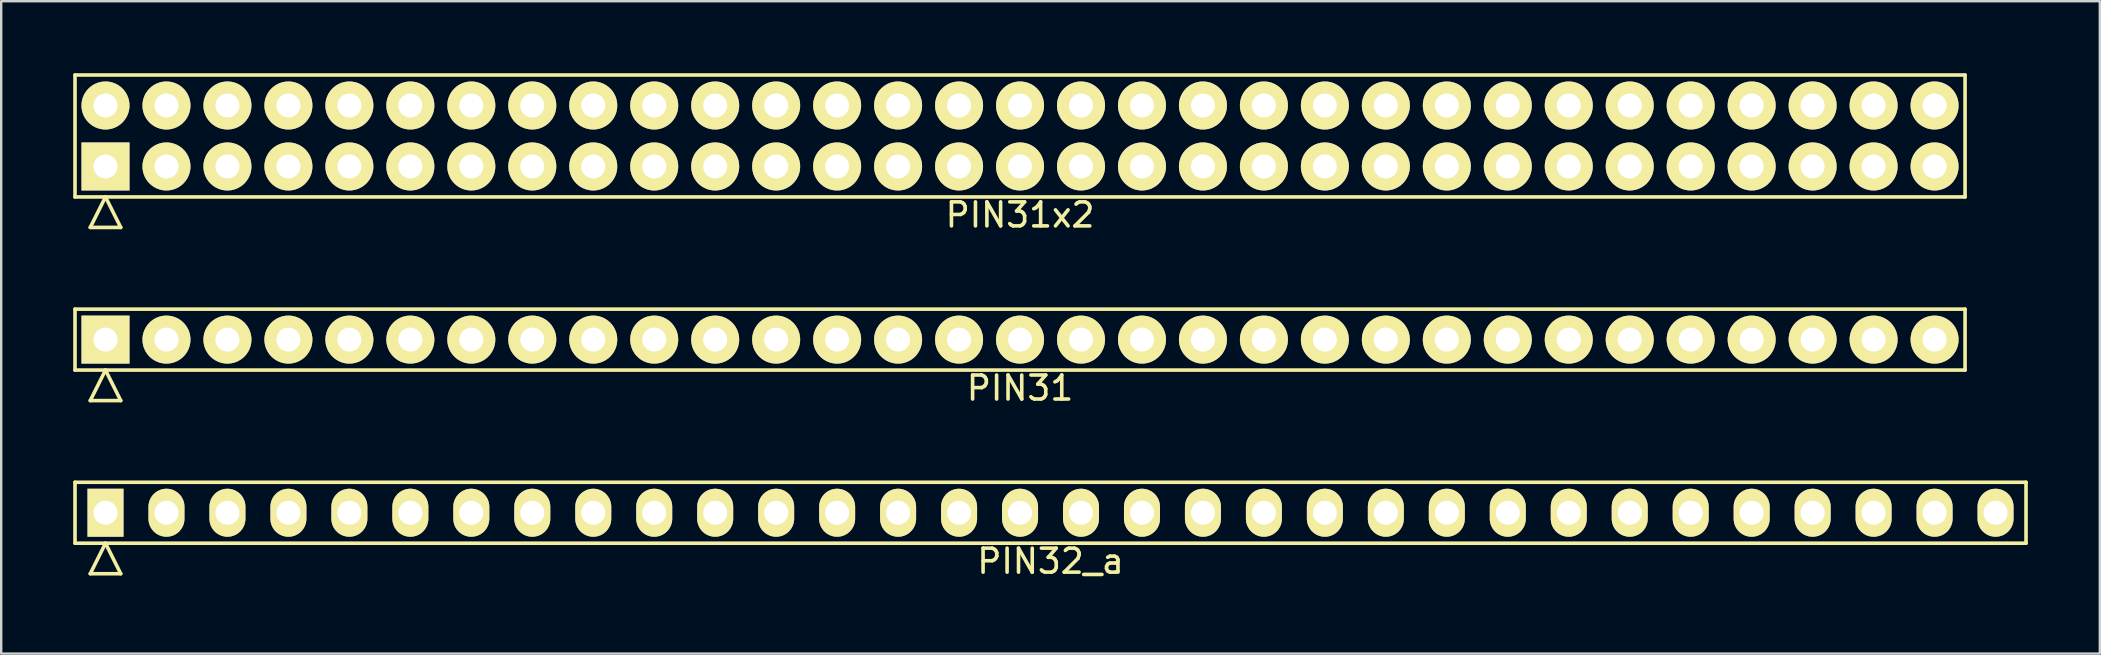
<source format=kicad_pcb>
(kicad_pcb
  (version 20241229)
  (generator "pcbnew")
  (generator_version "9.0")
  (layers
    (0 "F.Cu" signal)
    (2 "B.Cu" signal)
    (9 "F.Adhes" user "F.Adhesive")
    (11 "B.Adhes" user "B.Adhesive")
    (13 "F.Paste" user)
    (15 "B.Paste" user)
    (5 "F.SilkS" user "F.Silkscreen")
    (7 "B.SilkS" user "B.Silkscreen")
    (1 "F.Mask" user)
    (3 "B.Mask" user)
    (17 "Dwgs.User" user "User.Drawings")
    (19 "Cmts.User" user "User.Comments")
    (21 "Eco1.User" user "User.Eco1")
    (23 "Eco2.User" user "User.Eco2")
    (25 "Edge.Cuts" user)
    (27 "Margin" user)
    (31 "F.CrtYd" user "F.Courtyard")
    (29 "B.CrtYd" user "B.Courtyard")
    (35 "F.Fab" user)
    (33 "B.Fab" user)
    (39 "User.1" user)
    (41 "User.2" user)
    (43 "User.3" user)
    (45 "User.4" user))
  (footprint "PIN31"
    (layer "F.Cu")
    (at 39.445 11.098)
    (property "Reference" "PIN31" (at 0 2.02 0) (layer "F.SilkS") (effects (font (size 1 1) (thickness 0.15))))
    (attr through_hole)
    (fp_line (start -39.37 -1.27) (end -39.37 1.27) (stroke (width 0.15) (type solid)) (layer "F.SilkS"))
    (fp_line (start -39.37 1.27) (end 39.37 1.27) (stroke (width 0.15) (type solid)) (layer "F.SilkS"))
    (fp_line (start -38.735 2.54) (end -38.1 1.27) (stroke (width 0.15) (type solid)) (layer "F.SilkS"))
    (fp_line (start -38.735 2.54) (end -37.465 2.54) (stroke (width 0.15) (type solid)) (layer "F.SilkS"))
    (fp_line (start -37.465 2.54) (end -38.1 1.27) (stroke (width 0.15) (type solid)) (layer "F.SilkS"))
    (fp_line (start 39.37 -1.27) (end -39.37 -1.27) (stroke (width 0.15) (type solid)) (layer "F.SilkS"))
    (fp_line (start 39.37 1.27) (end 39.37 -1.27) (stroke (width 0.15) (type solid)) (layer "F.SilkS"))
    (pad "1" thru_hole rect (at -38.1 0) (size 2 2) (drill 1) (layers "*.Cu" "*.Mask" "F.SilkS"))
    (pad "2" thru_hole oval (at -35.56 0) (size 2 2) (drill 1) (layers "*.Cu" "*.Mask" "F.SilkS"))
    (pad "3" thru_hole oval (at -33.02 0) (size 2 2) (drill 1) (layers "*.Cu" "*.Mask" "F.SilkS"))
    (pad "4" thru_hole oval (at -30.48 0) (size 2 2) (drill 1) (layers "*.Cu" "*.Mask" "F.SilkS"))
    (pad "5" thru_hole oval (at -27.94 0) (size 2 2) (drill 1) (layers "*.Cu" "*.Mask" "F.SilkS"))
    (pad "6" thru_hole oval (at -25.4 0) (size 2 2) (drill 1) (layers "*.Cu" "*.Mask" "F.SilkS"))
    (pad "7" thru_hole oval (at -22.86 0) (size 2 2) (drill 1) (layers "*.Cu" "*.Mask" "F.SilkS"))
    (pad "8" thru_hole oval (at -20.32 0) (size 2 2) (drill 1) (layers "*.Cu" "*.Mask" "F.SilkS"))
    (pad "9" thru_hole oval (at -17.78 0) (size 2 2) (drill 1) (layers "*.Cu" "*.Mask" "F.SilkS"))
    (pad "10" thru_hole oval (at -15.24 0) (size 2 2) (drill 1) (layers "*.Cu" "*.Mask" "F.SilkS"))
    (pad "11" thru_hole oval (at -12.7 0) (size 2 2) (drill 1) (layers "*.Cu" "*.Mask" "F.SilkS"))
    (pad "12" thru_hole oval (at -10.16 0) (size 2 2) (drill 1) (layers "*.Cu" "*.Mask" "F.SilkS"))
    (pad "13" thru_hole oval (at -7.62 0) (size 2 2) (drill 1) (layers "*.Cu" "*.Mask" "F.SilkS"))
    (pad "14" thru_hole oval (at -5.08 0) (size 2 2) (drill 1) (layers "*.Cu" "*.Mask" "F.SilkS"))
    (pad "15" thru_hole oval (at -2.54 0) (size 2 2) (drill 1) (layers "*.Cu" "*.Mask" "F.SilkS"))
    (pad "16" thru_hole oval (at 0 0) (size 2 2) (drill 1) (layers "*.Cu" "*.Mask" "F.SilkS"))
    (pad "17" thru_hole oval (at 2.54 0) (size 2 2) (drill 1) (layers "*.Cu" "*.Mask" "F.SilkS"))
    (pad "18" thru_hole oval (at 5.08 0) (size 2 2) (drill 1) (layers "*.Cu" "*.Mask" "F.SilkS"))
    (pad "19" thru_hole oval (at 7.62 0) (size 2 2) (drill 1) (layers "*.Cu" "*.Mask" "F.SilkS"))
    (pad "20" thru_hole oval (at 10.16 0) (size 2 2) (drill 1) (layers "*.Cu" "*.Mask" "F.SilkS"))
    (pad "21" thru_hole oval (at 12.7 0) (size 2 2) (drill 1) (layers "*.Cu" "*.Mask" "F.SilkS"))
    (pad "22" thru_hole oval (at 15.24 0) (size 2 2) (drill 1) (layers "*.Cu" "*.Mask" "F.SilkS"))
    (pad "23" thru_hole oval (at 17.78 0) (size 2 2) (drill 1) (layers "*.Cu" "*.Mask" "F.SilkS"))
    (pad "24" thru_hole oval (at 20.32 0) (size 2 2) (drill 1) (layers "*.Cu" "*.Mask" "F.SilkS"))
    (pad "25" thru_hole oval (at 22.86 0) (size 2 2) (drill 1) (layers "*.Cu" "*.Mask" "F.SilkS"))
    (pad "26" thru_hole oval (at 25.4 0) (size 2 2) (drill 1) (layers "*.Cu" "*.Mask" "F.SilkS"))
    (pad "27" thru_hole oval (at 27.94 0) (size 2 2) (drill 1) (layers "*.Cu" "*.Mask" "F.SilkS"))
    (pad "28" thru_hole oval (at 30.48 0) (size 2 2) (drill 1) (layers "*.Cu" "*.Mask" "F.SilkS"))
    (pad "29" thru_hole oval (at 33.02 0) (size 2 2) (drill 1) (layers "*.Cu" "*.Mask" "F.SilkS"))
    (pad "30" thru_hole oval (at 35.56 0) (size 2 2) (drill 1) (layers "*.Cu" "*.Mask" "F.SilkS"))
    (pad "31" thru_hole oval (at 38.1 0) (size 2 2) (drill 1) (layers "*.Cu" "*.Mask" "F.SilkS")))
  (footprint "PIN32_a"
    (layer "F.Cu")
    (at 40.715 18.311)
    (property "Reference" "PIN32_a" (at 0 2.02 0) (layer "F.SilkS") (effects (font (size 1 1) (thickness 0.15))))
    (attr through_hole)
    (fp_line (start -40.64 -1.27) (end -40.64 1.27) (stroke (width 0.15) (type solid)) (layer "F.SilkS"))
    (fp_line (start -40.64 1.27) (end 40.64 1.27) (stroke (width 0.15) (type solid)) (layer "F.SilkS"))
    (fp_line (start -40.005 2.54) (end -39.37 1.27) (stroke (width 0.15) (type solid)) (layer "F.SilkS"))
    (fp_line (start -40.005 2.54) (end -38.735 2.54) (stroke (width 0.15) (type solid)) (layer "F.SilkS"))
    (fp_line (start -38.735 2.54) (end -39.37 1.27) (stroke (width 0.15) (type solid)) (layer "F.SilkS"))
    (fp_line (start 40.64 -1.27) (end -40.64 -1.27) (stroke (width 0.15) (type solid)) (layer "F.SilkS"))
    (fp_line (start 40.64 1.27) (end 40.64 -1.27) (stroke (width 0.15) (type solid)) (layer "F.SilkS"))
    (pad "1" thru_hole rect (at -39.37 0) (size 1.5 2) (drill 1) (layers "*.Cu" "*.Mask" "F.SilkS"))
    (pad "2" thru_hole oval (at -36.83 0) (size 1.5 2) (drill 1) (layers "*.Cu" "*.Mask" "F.SilkS"))
    (pad "3" thru_hole oval (at -34.29 0) (size 1.5 2) (drill 1) (layers "*.Cu" "*.Mask" "F.SilkS"))
    (pad "4" thru_hole oval (at -31.75 0) (size 1.5 2) (drill 1) (layers "*.Cu" "*.Mask" "F.SilkS"))
    (pad "5" thru_hole oval (at -29.21 0) (size 1.5 2) (drill 1) (layers "*.Cu" "*.Mask" "F.SilkS"))
    (pad "6" thru_hole oval (at -26.67 0) (size 1.5 2) (drill 1) (layers "*.Cu" "*.Mask" "F.SilkS"))
    (pad "7" thru_hole oval (at -24.13 0) (size 1.5 2) (drill 1) (layers "*.Cu" "*.Mask" "F.SilkS"))
    (pad "8" thru_hole oval (at -21.59 0) (size 1.5 2) (drill 1) (layers "*.Cu" "*.Mask" "F.SilkS"))
    (pad "9" thru_hole oval (at -19.05 0) (size 1.5 2) (drill 1) (layers "*.Cu" "*.Mask" "F.SilkS"))
    (pad "10" thru_hole oval (at -16.51 0) (size 1.5 2) (drill 1) (layers "*.Cu" "*.Mask" "F.SilkS"))
    (pad "11" thru_hole oval (at -13.97 0) (size 1.5 2) (drill 1) (layers "*.Cu" "*.Mask" "F.SilkS"))
    (pad "12" thru_hole oval (at -11.43 0) (size 1.5 2) (drill 1) (layers "*.Cu" "*.Mask" "F.SilkS"))
    (pad "13" thru_hole oval (at -8.89 0) (size 1.5 2) (drill 1) (layers "*.Cu" "*.Mask" "F.SilkS"))
    (pad "14" thru_hole oval (at -6.35 0) (size 1.5 2) (drill 1) (layers "*.Cu" "*.Mask" "F.SilkS"))
    (pad "15" thru_hole oval (at -3.81 0) (size 1.5 2) (drill 1) (layers "*.Cu" "*.Mask" "F.SilkS"))
    (pad "16" thru_hole oval (at -1.27 0) (size 1.5 2) (drill 1) (layers "*.Cu" "*.Mask" "F.SilkS"))
    (pad "17" thru_hole oval (at 1.27 0) (size 1.5 2) (drill 1) (layers "*.Cu" "*.Mask" "F.SilkS"))
    (pad "18" thru_hole oval (at 3.81 0) (size 1.5 2) (drill 1) (layers "*.Cu" "*.Mask" "F.SilkS"))
    (pad "19" thru_hole oval (at 6.35 0) (size 1.5 2) (drill 1) (layers "*.Cu" "*.Mask" "F.SilkS"))
    (pad "20" thru_hole oval (at 8.89 0) (size 1.5 2) (drill 1) (layers "*.Cu" "*.Mask" "F.SilkS"))
    (pad "21" thru_hole oval (at 11.43 0) (size 1.5 2) (drill 1) (layers "*.Cu" "*.Mask" "F.SilkS"))
    (pad "22" thru_hole oval (at 13.97 0) (size 1.5 2) (drill 1) (layers "*.Cu" "*.Mask" "F.SilkS"))
    (pad "23" thru_hole oval (at 16.51 0) (size 1.5 2) (drill 1) (layers "*.Cu" "*.Mask" "F.SilkS"))
    (pad "24" thru_hole oval (at 19.05 0) (size 1.5 2) (drill 1) (layers "*.Cu" "*.Mask" "F.SilkS"))
    (pad "25" thru_hole oval (at 21.59 0) (size 1.5 2) (drill 1) (layers "*.Cu" "*.Mask" "F.SilkS"))
    (pad "26" thru_hole oval (at 24.13 0) (size 1.5 2) (drill 1) (layers "*.Cu" "*.Mask" "F.SilkS"))
    (pad "27" thru_hole oval (at 26.67 0) (size 1.5 2) (drill 1) (layers "*.Cu" "*.Mask" "F.SilkS"))
    (pad "28" thru_hole oval (at 29.21 0) (size 1.5 2) (drill 1) (layers "*.Cu" "*.Mask" "F.SilkS"))
    (pad "29" thru_hole oval (at 31.75 0) (size 1.5 2) (drill 1) (layers "*.Cu" "*.Mask" "F.SilkS"))
    (pad "30" thru_hole oval (at 34.29 0) (size 1.5 2) (drill 1) (layers "*.Cu" "*.Mask" "F.SilkS"))
    (pad "31" thru_hole oval (at 36.83 0) (size 1.5 2) (drill 1) (layers "*.Cu" "*.Mask" "F.SilkS"))
    (pad "32" thru_hole oval (at 39.37 0) (size 1.5 2) (drill 1) (layers "*.Cu" "*.Mask" "F.SilkS")))
  (footprint "PIN31x2"
    (layer "F.Cu")
    (at 39.445 2.615)
    (property "Reference" "PIN31x2" (at 0 3.29 0) (layer "F.SilkS") (effects (font (size 1 1) (thickness 0.15))))
    (attr through_hole)
    (fp_line (start -39.37 -2.54) (end -39.37 2.54) (stroke (width 0.15) (type solid)) (layer "F.SilkS"))
    (fp_line (start -39.37 2.54) (end 39.37 2.54) (stroke (width 0.15) (type solid)) (layer "F.SilkS"))
    (fp_line (start -38.735 3.81) (end -38.1 2.54) (stroke (width 0.15) (type solid)) (layer "F.SilkS"))
    (fp_line (start -38.735 3.81) (end -37.465 3.81) (stroke (width 0.15) (type solid)) (layer "F.SilkS"))
    (fp_line (start -37.465 3.81) (end -38.1 2.54) (stroke (width 0.15) (type solid)) (layer "F.SilkS"))
    (fp_line (start 39.37 -2.54) (end -39.37 -2.54) (stroke (width 0.15) (type solid)) (layer "F.SilkS"))
    (fp_line (start 39.37 2.54) (end 39.37 -2.54) (stroke (width 0.15) (type solid)) (layer "F.SilkS"))
    (pad "1" thru_hole rect (at -38.1 1.27) (size 2 2) (drill 1) (layers "*.Cu" "*.Mask" "F.SilkS"))
    (pad "2" thru_hole oval (at -38.1 -1.27) (size 2 2) (drill 1) (layers "*.Cu" "*.Mask" "F.SilkS"))
    (pad "3" thru_hole oval (at -35.56 1.27) (size 2 2) (drill 1) (layers "*.Cu" "*.Mask" "F.SilkS"))
    (pad "4" thru_hole oval (at -35.56 -1.27) (size 2 2) (drill 1) (layers "*.Cu" "*.Mask" "F.SilkS"))
    (pad "5" thru_hole oval (at -33.02 1.27) (size 2 2) (drill 1) (layers "*.Cu" "*.Mask" "F.SilkS"))
    (pad "6" thru_hole oval (at -33.02 -1.27) (size 2 2) (drill 1) (layers "*.Cu" "*.Mask" "F.SilkS"))
    (pad "7" thru_hole oval (at -30.48 1.27) (size 2 2) (drill 1) (layers "*.Cu" "*.Mask" "F.SilkS"))
    (pad "8" thru_hole oval (at -30.48 -1.27) (size 2 2) (drill 1) (layers "*.Cu" "*.Mask" "F.SilkS"))
    (pad "9" thru_hole oval (at -27.94 1.27) (size 2 2) (drill 1) (layers "*.Cu" "*.Mask" "F.SilkS"))
    (pad "10" thru_hole oval (at -27.94 -1.27) (size 2 2) (drill 1) (layers "*.Cu" "*.Mask" "F.SilkS"))
    (pad "11" thru_hole oval (at -25.4 1.27) (size 2 2) (drill 1) (layers "*.Cu" "*.Mask" "F.SilkS"))
    (pad "12" thru_hole oval (at -25.4 -1.27) (size 2 2) (drill 1) (layers "*.Cu" "*.Mask" "F.SilkS"))
    (pad "13" thru_hole oval (at -22.86 1.27) (size 2 2) (drill 1) (layers "*.Cu" "*.Mask" "F.SilkS"))
    (pad "14" thru_hole oval (at -22.86 -1.27) (size 2 2) (drill 1) (layers "*.Cu" "*.Mask" "F.SilkS"))
    (pad "15" thru_hole oval (at -20.32 1.27) (size 2 2) (drill 1) (layers "*.Cu" "*.Mask" "F.SilkS"))
    (pad "16" thru_hole oval (at -20.32 -1.27) (size 2 2) (drill 1) (layers "*.Cu" "*.Mask" "F.SilkS"))
    (pad "17" thru_hole oval (at -17.78 1.27) (size 2 2) (drill 1) (layers "*.Cu" "*.Mask" "F.SilkS"))
    (pad "18" thru_hole oval (at -17.78 -1.27) (size 2 2) (drill 1) (layers "*.Cu" "*.Mask" "F.SilkS"))
    (pad "19" thru_hole oval (at -15.24 1.27) (size 2 2) (drill 1) (layers "*.Cu" "*.Mask" "F.SilkS"))
    (pad "20" thru_hole oval (at -15.24 -1.27) (size 2 2) (drill 1) (layers "*.Cu" "*.Mask" "F.SilkS"))
    (pad "21" thru_hole oval (at -12.7 1.27) (size 2 2) (drill 1) (layers "*.Cu" "*.Mask" "F.SilkS"))
    (pad "22" thru_hole oval (at -12.7 -1.27) (size 2 2) (drill 1) (layers "*.Cu" "*.Mask" "F.SilkS"))
    (pad "23" thru_hole oval (at -10.16 1.27) (size 2 2) (drill 1) (layers "*.Cu" "*.Mask" "F.SilkS"))
    (pad "24" thru_hole oval (at -10.16 -1.27) (size 2 2) (drill 1) (layers "*.Cu" "*.Mask" "F.SilkS"))
    (pad "25" thru_hole oval (at -7.62 1.27) (size 2 2) (drill 1) (layers "*.Cu" "*.Mask" "F.SilkS"))
    (pad "26" thru_hole oval (at -7.62 -1.27) (size 2 2) (drill 1) (layers "*.Cu" "*.Mask" "F.SilkS"))
    (pad "27" thru_hole oval (at -5.08 1.27) (size 2 2) (drill 1) (layers "*.Cu" "*.Mask" "F.SilkS"))
    (pad "28" thru_hole oval (at -5.08 -1.27) (size 2 2) (drill 1) (layers "*.Cu" "*.Mask" "F.SilkS"))
    (pad "29" thru_hole oval (at -2.54 1.27) (size 2 2) (drill 1) (layers "*.Cu" "*.Mask" "F.SilkS"))
    (pad "30" thru_hole oval (at -2.54 -1.27) (size 2 2) (drill 1) (layers "*.Cu" "*.Mask" "F.SilkS"))
    (pad "31" thru_hole oval (at 0 1.27) (size 2 2) (drill 1) (layers "*.Cu" "*.Mask" "F.SilkS"))
    (pad "32" thru_hole oval (at 0 -1.27) (size 2 2) (drill 1) (layers "*.Cu" "*.Mask" "F.SilkS"))
    (pad "33" thru_hole oval (at 2.54 1.27) (size 2 2) (drill 1) (layers "*.Cu" "*.Mask" "F.SilkS"))
    (pad "34" thru_hole oval (at 2.54 -1.27) (size 2 2) (drill 1) (layers "*.Cu" "*.Mask" "F.SilkS"))
    (pad "35" thru_hole oval (at 5.08 1.27) (size 2 2) (drill 1) (layers "*.Cu" "*.Mask" "F.SilkS"))
    (pad "36" thru_hole oval (at 5.08 -1.27) (size 2 2) (drill 1) (layers "*.Cu" "*.Mask" "F.SilkS"))
    (pad "37" thru_hole oval (at 7.62 1.27) (size 2 2) (drill 1) (layers "*.Cu" "*.Mask" "F.SilkS"))
    (pad "38" thru_hole oval (at 7.62 -1.27) (size 2 2) (drill 1) (layers "*.Cu" "*.Mask" "F.SilkS"))
    (pad "39" thru_hole oval (at 10.16 1.27) (size 2 2) (drill 1) (layers "*.Cu" "*.Mask" "F.SilkS"))
    (pad "40" thru_hole oval (at 10.16 -1.27) (size 2 2) (drill 1) (layers "*.Cu" "*.Mask" "F.SilkS"))
    (pad "41" thru_hole oval (at 12.7 1.27) (size 2 2) (drill 1) (layers "*.Cu" "*.Mask" "F.SilkS"))
    (pad "42" thru_hole oval (at 12.7 -1.27) (size 2 2) (drill 1) (layers "*.Cu" "*.Mask" "F.SilkS"))
    (pad "43" thru_hole oval (at 15.24 1.27) (size 2 2) (drill 1) (layers "*.Cu" "*.Mask" "F.SilkS"))
    (pad "44" thru_hole oval (at 15.24 -1.27) (size 2 2) (drill 1) (layers "*.Cu" "*.Mask" "F.SilkS"))
    (pad "45" thru_hole oval (at 17.78 1.27) (size 2 2) (drill 1) (layers "*.Cu" "*.Mask" "F.SilkS"))
    (pad "46" thru_hole oval (at 17.78 -1.27) (size 2 2) (drill 1) (layers "*.Cu" "*.Mask" "F.SilkS"))
    (pad "47" thru_hole oval (at 20.32 1.27) (size 2 2) (drill 1) (layers "*.Cu" "*.Mask" "F.SilkS"))
    (pad "48" thru_hole oval (at 20.32 -1.27) (size 2 2) (drill 1) (layers "*.Cu" "*.Mask" "F.SilkS"))
    (pad "49" thru_hole oval (at 22.86 1.27) (size 2 2) (drill 1) (layers "*.Cu" "*.Mask" "F.SilkS"))
    (pad "50" thru_hole oval (at 22.86 -1.27) (size 2 2) (drill 1) (layers "*.Cu" "*.Mask" "F.SilkS"))
    (pad "51" thru_hole oval (at 25.4 1.27) (size 2 2) (drill 1) (layers "*.Cu" "*.Mask" "F.SilkS"))
    (pad "52" thru_hole oval (at 25.4 -1.27) (size 2 2) (drill 1) (layers "*.Cu" "*.Mask" "F.SilkS"))
    (pad "53" thru_hole oval (at 27.94 1.27) (size 2 2) (drill 1) (layers "*.Cu" "*.Mask" "F.SilkS"))
    (pad "54" thru_hole oval (at 27.94 -1.27) (size 2 2) (drill 1) (layers "*.Cu" "*.Mask" "F.SilkS"))
    (pad "55" thru_hole oval (at 30.48 1.27) (size 2 2) (drill 1) (layers "*.Cu" "*.Mask" "F.SilkS"))
    (pad "56" thru_hole oval (at 30.48 -1.27) (size 2 2) (drill 1) (layers "*.Cu" "*.Mask" "F.SilkS"))
    (pad "57" thru_hole oval (at 33.02 1.27) (size 2 2) (drill 1) (layers "*.Cu" "*.Mask" "F.SilkS"))
    (pad "58" thru_hole oval (at 33.02 -1.27) (size 2 2) (drill 1) (layers "*.Cu" "*.Mask" "F.SilkS"))
    (pad "59" thru_hole oval (at 35.56 1.27) (size 2 2) (drill 1) (layers "*.Cu" "*.Mask" "F.SilkS"))
    (pad "60" thru_hole oval (at 35.56 -1.27) (size 2 2) (drill 1) (layers "*.Cu" "*.Mask" "F.SilkS"))
    (pad "61" thru_hole oval (at 38.1 1.27) (size 2 2) (drill 1) (layers "*.Cu" "*.Mask" "F.SilkS"))
    (pad "62" thru_hole oval (at 38.1 -1.27) (size 2 2) (drill 1) (layers "*.Cu" "*.Mask" "F.SilkS")))
  (gr_rect
    (start -3 -3)
    (end 84.43 24.18)
    (stroke (width 0.1) (type default))
    (fill no)
    (layer "Edge.Cuts")))
</source>
